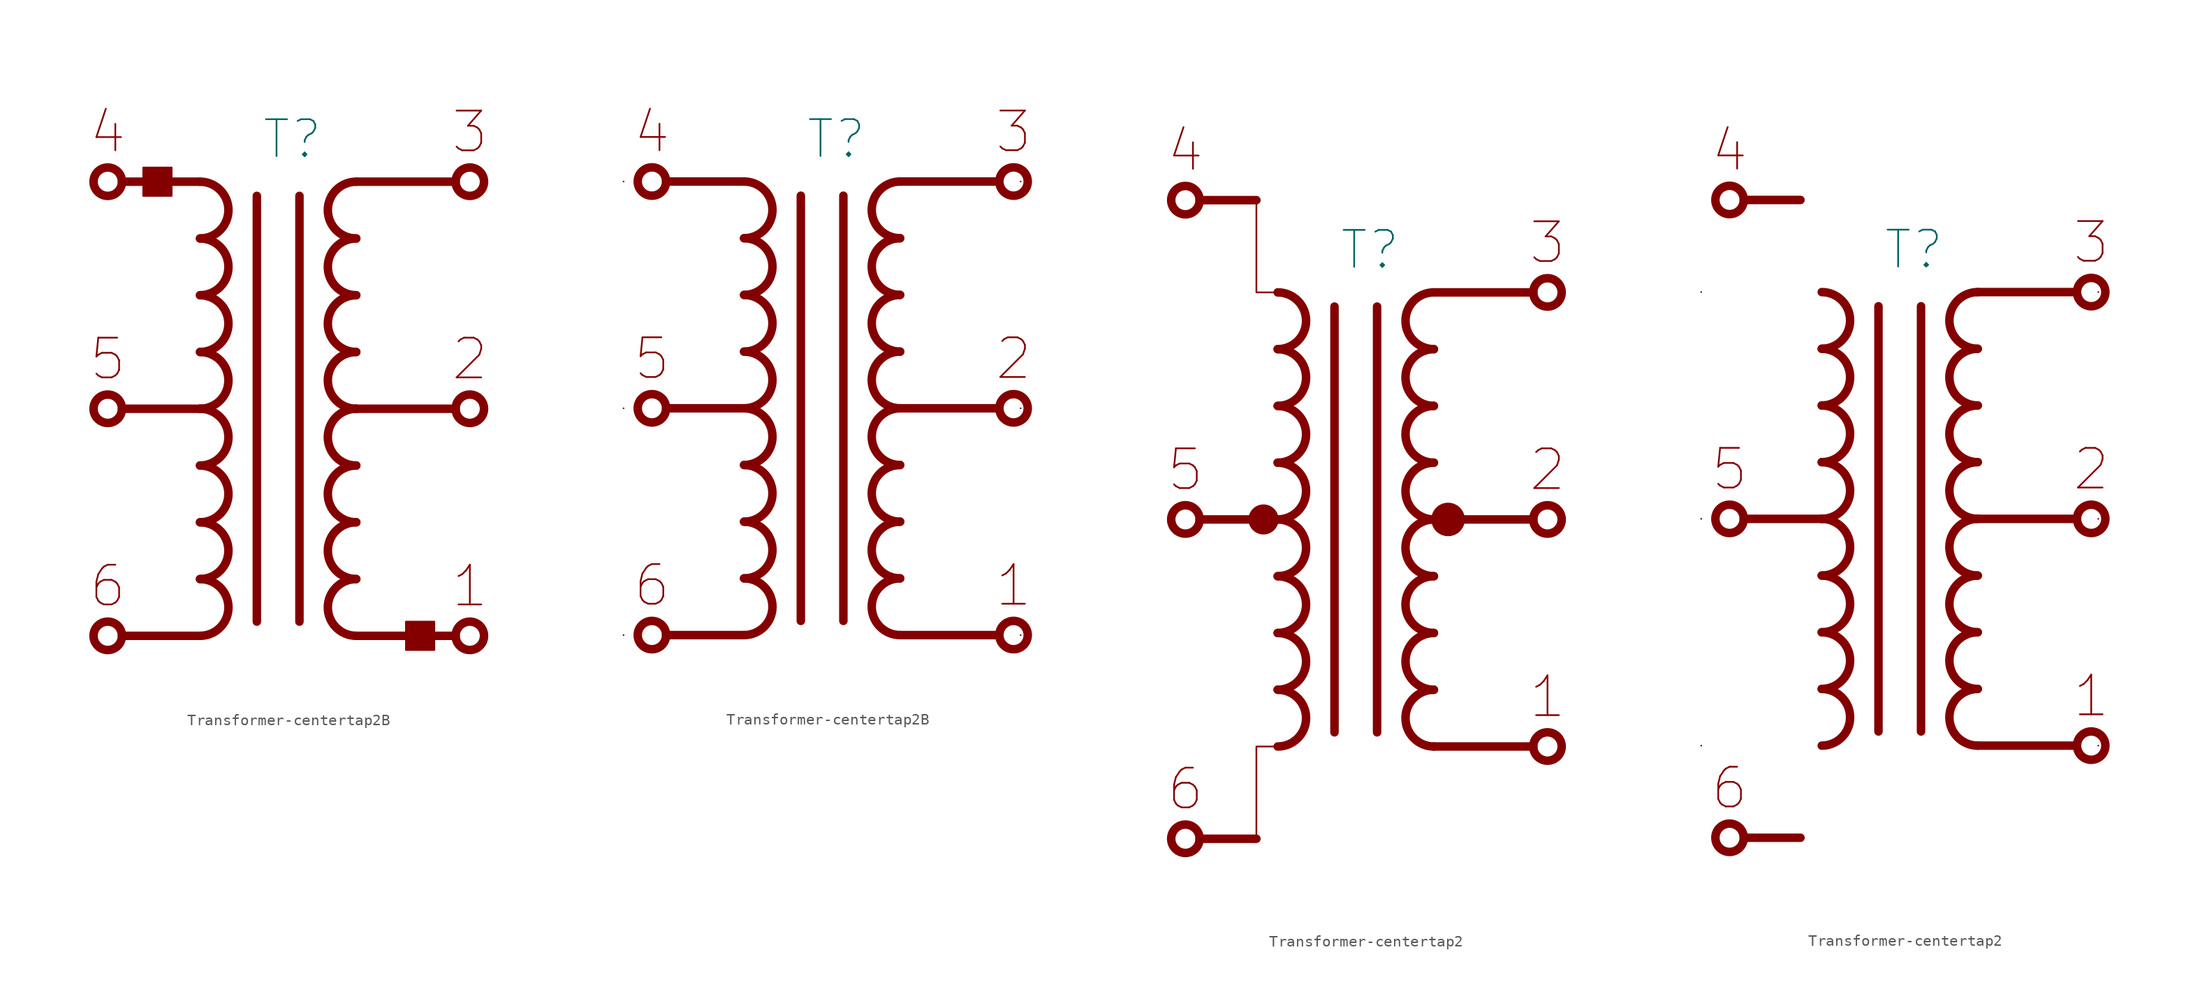
<source format=kicad_sym>
(kicad_symbol_lib
  (version 20211014)
  (generator kicad_symbol_editor)
  (symbol "Transformer-centertap2B"
    (pin_numbers hide)
    (pin_names
      (offset 0) hide)
    (property "Reference" "T"
      (at 1.27 24.13 0)
      (effects (font (size 3.302 3.302))))
    (symbol "Transformer-centertap2B_0_0"
      (circle (center -15.24 -20.32) (radius 1.27) (stroke (width 0.762) (type default) (color 0 0 0 0)) (fill (type none)))
      (circle (center -15.24 0) (radius 1.27) (stroke (width 0.762) (type default) (color 0 0 0 0)) (fill (type none)))
      (circle (center -15.24 20.32) (radius 1.27) (stroke (width 0.762) (type default) (color 0 0 0 0)) (fill (type none)))
      (arc (start -6.985 -20.32) (mid -4.445 -17.78) (end -6.985 -15.24) (stroke (width 0.762) (type default) (color 0 0 0 0)) (fill (type none)))
      (arc (start -6.985 -15.24) (mid -4.445 -12.7) (end -6.985 -10.16) (stroke (width 0.762) (type default) (color 0 0 0 0)) (fill (type none)))
      (arc (start -6.985 -10.16) (mid -4.445 -7.62) (end -6.985 -5.08) (stroke (width 0.762) (type default) (color 0 0 0 0)) (fill (type none)))
      (arc (start -6.985 -5.08) (mid -4.445 -2.54) (end -6.985 0) (stroke (width 0.762) (type default) (color 0 0 0 0)) (fill (type none)))
      (arc (start -6.985 0) (mid -4.445 2.54) (end -6.985 5.08) (stroke (width 0.762) (type default) (color 0 0 0 0)) (fill (type none)))
      (arc (start -6.985 5.08) (mid -4.445 7.62) (end -6.985 10.16) (stroke (width 0.762) (type default) (color 0 0 0 0)) (fill (type none)))
      (arc (start -6.985 10.16) (mid -4.445 12.7) (end -6.985 15.24) (stroke (width 0.762) (type default) (color 0 0 0 0)) (fill (type none)))
      (arc (start -6.985 15.24) (mid -4.445 17.78) (end -6.985 20.32) (stroke (width 0.762) (type default) (color 0 0 0 0)) (fill (type none)))
      (polyline (pts (xy -6.985 -20.32) (xy -13.97 -20.32)) (stroke (width 0.762) (type default) (color 0 0 0 0)) (fill (type none)))
      (polyline (pts (xy -6.985 0) (xy -13.97 0)) (stroke (width 0.762) (type default) (color 0 0 0 0)) (fill (type none)))
      (polyline (pts (xy -6.985 20.32) (xy -13.97 20.32)) (stroke (width 0.762) (type default) (color 0 0 0 0)) (fill (type none)))
      (polyline (pts (xy -1.905 19.05) (xy -1.905 -19.05)) (stroke (width 0.762) (type default) (color 0 0 0 0)) (fill (type none)))
      (polyline (pts (xy 6.985 20.32) (xy 15.875 20.32)) (stroke (width 0.762) (type default) (color 0 0 0 0)) (fill (type none)))
      (polyline (pts (xy 15.875 -20.32) (xy 6.985 -20.32)) (stroke (width 0.762) (type default) (color 0 0 0 0)) (fill (type none)))
      (polyline (pts (xy 15.875 0) (xy 6.985 0)) (stroke (width 0.762) (type default) (color 0 0 0 0)) (fill (type none)))
      (circle (center 17.145 -20.32) (radius 1.27) (stroke (width 0.762) (type default) (color 0 0 0 0)) (fill (type none)))
      (circle (center 17.145 0) (radius 1.27) (stroke (width 0.762) (type default) (color 0 0 0 0)) (fill (type none)))
      (circle (center 17.145 20.32) (radius 1.27) (stroke (width 0.762) (type default) (color 0 0 0 0)) (fill (type none)))
      (text "1" (at 17.145 -15.875 0) (effects (font (size 3.556 3.556))))
      (text "2" (at 17.145 4.445 0) (effects (font (size 3.556 3.556))))
      (text "3" (at 17.145 24.765 0) (effects (font (size 3.556 3.556))))
      (text "4" (at -15.24 24.765 0) (effects (font (size 3.556 3.556))))
      (text "5" (at -15.24 4.445 0) (effects (font (size 3.556 3.556))))
      (text "6" (at -15.24 -15.875 0) (effects (font (size 3.556 3.556)))))
    (symbol "Transformer-centertap2B_0_1"
      (polyline (pts (xy -12.065 21.59) (xy -12.065 19.05) (xy -9.525 19.05) (xy -9.525 21.59) (xy -12.065 21.59)) (stroke (width 0) (type default) (color 0 0 0 0)) (fill (type outline)))
      (polyline (pts (xy 11.43 -19.05) (xy 11.43 -21.59) (xy 13.97 -21.59) (xy 13.97 -19.05) (xy 11.43 -19.05)) (stroke (width 0) (type default) (color 0 0 0 0)) (fill (type outline))))
    (symbol "Transformer-centertap2B_1_0"
      (polyline (pts (xy 1.905 -19.05) (xy 1.905 19.05)) (stroke (width 0.762) (type default) (color 0 0 0 0)) (fill (type none)))
      (arc (start 6.985 -15.24) (mid 4.445 -17.78) (end 6.985 -20.32) (stroke (width 0.762) (type default) (color 0 0 0 0)) (fill (type none)))
      (arc (start 6.985 -10.16) (mid 4.445 -12.7) (end 6.985 -15.24) (stroke (width 0.762) (type default) (color 0 0 0 0)) (fill (type none)))
      (arc (start 6.985 -5.08) (mid 4.445 -7.62) (end 6.985 -10.16) (stroke (width 0.762) (type default) (color 0 0 0 0)) (fill (type none)))
      (arc (start 6.985 0) (mid 4.445 -2.54) (end 6.985 -5.08) (stroke (width 0.762) (type default) (color 0 0 0 0)) (fill (type none)))
      (arc (start 6.985 5.08) (mid 4.445 2.54) (end 6.985 0) (stroke (width 0.762) (type default) (color 0 0 0 0)) (fill (type none)))
      (arc (start 6.985 10.16) (mid 4.445 7.62) (end 6.985 5.08) (stroke (width 0.762) (type default) (color 0 0 0 0)) (fill (type none)))
      (arc (start 6.985 15.24) (mid 4.445 12.7) (end 6.985 10.16) (stroke (width 0.762) (type default) (color 0 0 0 0)) (fill (type none)))
      (arc (start 6.985 20.32) (mid 4.445 17.78) (end 6.985 15.24) (stroke (width 0.762) (type default) (color 0 0 0 0)) (fill (type none))))
    (symbol "Transformer-centertap2B_1_1"
      (pin passive line (at 18.415 20.32 180) (length 0) (name "1" (effects (font (size 3.556 3.556)))) (number "1" (effects (font (size 3.556 3.556)))))
      (pin passive line (at 18.415 0 180) (length 0) (name "2" (effects (font (size 1.27 1.27)))) (number "2" (effects (font (size 1.27 1.27)))))
      (pin passive line (at 18.415 -20.32 180) (length 0) (name "3" (effects (font (size 1.27 1.27)))) (number "3" (effects (font (size 1.27 1.27)))))
      (pin passive line (at -16.51 20.32 0) (length 0) (name "4" (effects (font (size 3.556 3.556)))) (number "4" (effects (font (size 3.556 3.556)))))
      (pin passive line (at -16.51 0 0) (length 0) (name "5" (effects (font (size 1.27 1.27)))) (number "5" (effects (font (size 1.27 1.27)))))
      (pin passive line (at -16.51 -20.32 0) (length 0) (name "6" (effects (font (size 1.27 1.27)))) (number "6" (effects (font (size 1.27 1.27))))))
    (symbol "Transformer-centertap2B_1_2"
      (pin passive line (at 17.78 20.32 180) (length 0) (name "1" (effects (font (size 3.556 3.556)))) (number "1" (effects (font (size 3.556 3.556)))))
      (pin passive line (at 17.78 0 180) (length 0) (name "2" (effects (font (size 1.27 1.27)))) (number "2" (effects (font (size 1.27 1.27)))))
      (pin passive line (at 17.78 -20.32 180) (length 0) (name "3" (effects (font (size 1.27 1.27)))) (number "3" (effects (font (size 1.27 1.27)))))
      (pin passive line (at -17.78 20.32 0) (length 0) (name "4" (effects (font (size 3.556 3.556)))) (number "4" (effects (font (size 3.556 3.556)))))
      (pin passive line (at -17.78 0 0) (length 0) (name "5" (effects (font (size 1.27 1.27)))) (number "5" (effects (font (size 1.27 1.27)))))
      (pin passive line (at -17.78 -20.32 0) (length 0) (name "6" (effects (font (size 1.27 1.27)))) (number "6" (effects (font (size 1.27 1.27)))))))
  (symbol "Transformer-centertap2"
    (pin_numbers hide)
    (pin_names
      (offset 0) hide)
    (property "Reference" "T"
      (at 1.27 24.13 0)
      (effects (font (size 3.302 3.302))))
    (symbol "Transformer-centertap2_0_0"
      (circle (center -15.24 -28.575) (radius 1.27) (stroke (width 0.762) (type default) (color 0 0 0 0)) (fill (type none)))
      (circle (center -15.24 0) (radius 1.27) (stroke (width 0.762) (type default) (color 0 0 0 0)) (fill (type none)))
      (circle (center -15.24 28.575) (radius 1.27) (stroke (width 0.762) (type default) (color 0 0 0 0)) (fill (type none)))
      (arc (start -6.985 -20.32) (mid -4.445 -17.78) (end -6.985 -15.24) (stroke (width 0.762) (type default) (color 0 0 0 0)) (fill (type none)))
      (arc (start -6.985 -15.24) (mid -4.445 -12.7) (end -6.985 -10.16) (stroke (width 0.762) (type default) (color 0 0 0 0)) (fill (type none)))
      (arc (start -6.985 -10.16) (mid -4.445 -7.62) (end -6.985 -5.08) (stroke (width 0.762) (type default) (color 0 0 0 0)) (fill (type none)))
      (arc (start -6.985 -5.08) (mid -4.445 -2.54) (end -6.985 0) (stroke (width 0.762) (type default) (color 0 0 0 0)) (fill (type none)))
      (arc (start -6.985 0) (mid -4.445 2.54) (end -6.985 5.08) (stroke (width 0.762) (type default) (color 0 0 0 0)) (fill (type none)))
      (arc (start -6.985 5.08) (mid -4.445 7.62) (end -6.985 10.16) (stroke (width 0.762) (type default) (color 0 0 0 0)) (fill (type none)))
      (arc (start -6.985 10.16) (mid -4.445 12.7) (end -6.985 15.24) (stroke (width 0.762) (type default) (color 0 0 0 0)) (fill (type none)))
      (arc (start -6.985 15.24) (mid -4.445 17.78) (end -6.985 20.32) (stroke (width 0.762) (type default) (color 0 0 0 0)) (fill (type none)))
      (polyline (pts (xy -8.89 -28.575) (xy -13.97 -28.575)) (stroke (width 0.762) (type default) (color 0 0 0 0)) (fill (type none)))
      (polyline (pts (xy -8.89 28.575) (xy -13.97 28.575)) (stroke (width 0.762) (type default) (color 0 0 0 0)) (fill (type none)))
      (polyline (pts (xy -6.985 0) (xy -13.97 0)) (stroke (width 0.762) (type default) (color 0 0 0 0)) (fill (type none)))
      (polyline (pts (xy -1.905 19.05) (xy -1.905 -19.05)) (stroke (width 0.762) (type default) (color 0 0 0 0)) (fill (type none)))
      (polyline (pts (xy 6.985 20.32) (xy 15.875 20.32)) (stroke (width 0.762) (type default) (color 0 0 0 0)) (fill (type none)))
      (polyline (pts (xy 15.875 -20.32) (xy 6.985 -20.32)) (stroke (width 0.762) (type default) (color 0 0 0 0)) (fill (type none)))
      (polyline (pts (xy 15.875 0) (xy 6.985 0)) (stroke (width 0.762) (type default) (color 0 0 0 0)) (fill (type none)))
      (circle (center 17.145 -20.32) (radius 1.27) (stroke (width 0.762) (type default) (color 0 0 0 0)) (fill (type none)))
      (circle (center 17.145 0) (radius 1.27) (stroke (width 0.762) (type default) (color 0 0 0 0)) (fill (type none)))
      (circle (center 17.145 20.32) (radius 1.27) (stroke (width 0.762) (type default) (color 0 0 0 0)) (fill (type none)))
      (text "1" (at 17.145 -15.875 0) (effects (font (size 3.556 3.556))))
      (text "2" (at 17.145 4.445 0) (effects (font (size 3.556 3.556))))
      (text "3" (at 17.145 24.765 0) (effects (font (size 3.556 3.556))))
      (text "4" (at -15.24 33.02 0) (effects (font (size 3.556 3.556))))
      (text "5" (at -15.24 4.445 0) (effects (font (size 3.556 3.556))))
      (text "6" (at -15.24 -24.13 0) (effects (font (size 3.556 3.556)))))
    (symbol "Transformer-centertap2_0_1"
      (circle (center -8.255 0) (radius 1.27) (stroke (width 0) (type default) (color 0 0 0 0)) (fill (type outline)))
      (polyline (pts (xy -6.985 -20.32) (xy -8.89 -20.32) (xy -8.89 -28.575)) (stroke (width 0) (type default) (color 0 0 0 0)) (fill (type none)))
      (polyline (pts (xy -6.985 20.32) (xy -8.89 20.32) (xy -8.89 28.575)) (stroke (width 0) (type default) (color 0 0 0 0)) (fill (type none)))
      (circle (center 8.255 0) (radius 1.422) (stroke (width 0) (type default) (color 0 0 0 0)) (fill (type outline))))
    (symbol "Transformer-centertap2_1_0"
      (polyline (pts (xy 1.905 -19.05) (xy 1.905 19.05)) (stroke (width 0.762) (type default) (color 0 0 0 0)) (fill (type none)))
      (arc (start 6.985 -15.24) (mid 4.445 -17.78) (end 6.985 -20.32) (stroke (width 0.762) (type default) (color 0 0 0 0)) (fill (type none)))
      (arc (start 6.985 -10.16) (mid 4.445 -12.7) (end 6.985 -15.24) (stroke (width 0.762) (type default) (color 0 0 0 0)) (fill (type none)))
      (arc (start 6.985 -5.08) (mid 4.445 -7.62) (end 6.985 -10.16) (stroke (width 0.762) (type default) (color 0 0 0 0)) (fill (type none)))
      (arc (start 6.985 0) (mid 4.445 -2.54) (end 6.985 -5.08) (stroke (width 0.762) (type default) (color 0 0 0 0)) (fill (type none)))
      (arc (start 6.985 5.08) (mid 4.445 2.54) (end 6.985 0) (stroke (width 0.762) (type default) (color 0 0 0 0)) (fill (type none)))
      (arc (start 6.985 10.16) (mid 4.445 7.62) (end 6.985 5.08) (stroke (width 0.762) (type default) (color 0 0 0 0)) (fill (type none)))
      (arc (start 6.985 15.24) (mid 4.445 12.7) (end 6.985 10.16) (stroke (width 0.762) (type default) (color 0 0 0 0)) (fill (type none)))
      (arc (start 6.985 20.32) (mid 4.445 17.78) (end 6.985 15.24) (stroke (width 0.762) (type default) (color 0 0 0 0)) (fill (type none))))
    (symbol "Transformer-centertap2_1_1"
      (pin passive line (at 18.415 20.32 180) (length 0) (name "1" (effects (font (size 3.556 3.556)))) (number "1" (effects (font (size 3.556 3.556)))))
      (pin passive line (at 18.415 0 180) (length 0) (name "2" (effects (font (size 1.27 1.27)))) (number "2" (effects (font (size 1.27 1.27)))))
      (pin passive line (at 18.415 -20.32 180) (length 0) (name "3" (effects (font (size 1.27 1.27)))) (number "3" (effects (font (size 1.27 1.27)))))
      (pin passive line (at -16.51 28.575 0) (length 0) (name "4" (effects (font (size 3.556 3.556)))) (number "4" (effects (font (size 3.556 3.556)))))
      (pin passive line (at -16.51 0 0) (length 0) (name "5" (effects (font (size 1.27 1.27)))) (number "5" (effects (font (size 1.27 1.27)))))
      (pin passive line (at -16.51 -28.575 0) (length 0) (name "6" (effects (font (size 1.27 1.27)))) (number "6" (effects (font (size 1.27 1.27))))))
    (symbol "Transformer-centertap2_1_2"
      (pin passive line (at 17.78 20.32 180) (length 0) (name "1" (effects (font (size 3.556 3.556)))) (number "1" (effects (font (size 3.556 3.556)))))
      (pin passive line (at 17.78 0 180) (length 0) (name "2" (effects (font (size 1.27 1.27)))) (number "2" (effects (font (size 1.27 1.27)))))
      (pin passive line (at 17.78 -20.32 180) (length 0) (name "3" (effects (font (size 1.27 1.27)))) (number "3" (effects (font (size 1.27 1.27)))))
      (pin passive line (at -17.78 20.32 0) (length 0) (name "4" (effects (font (size 3.556 3.556)))) (number "4" (effects (font (size 3.556 3.556)))))
      (pin passive line (at -17.78 0 0) (length 0) (name "5" (effects (font (size 1.27 1.27)))) (number "5" (effects (font (size 1.27 1.27)))))
      (pin passive line (at -17.78 -20.32 0) (length 0) (name "6" (effects (font (size 1.27 1.27)))) (number "6" (effects (font (size 1.27 1.27))))))))
</source>
